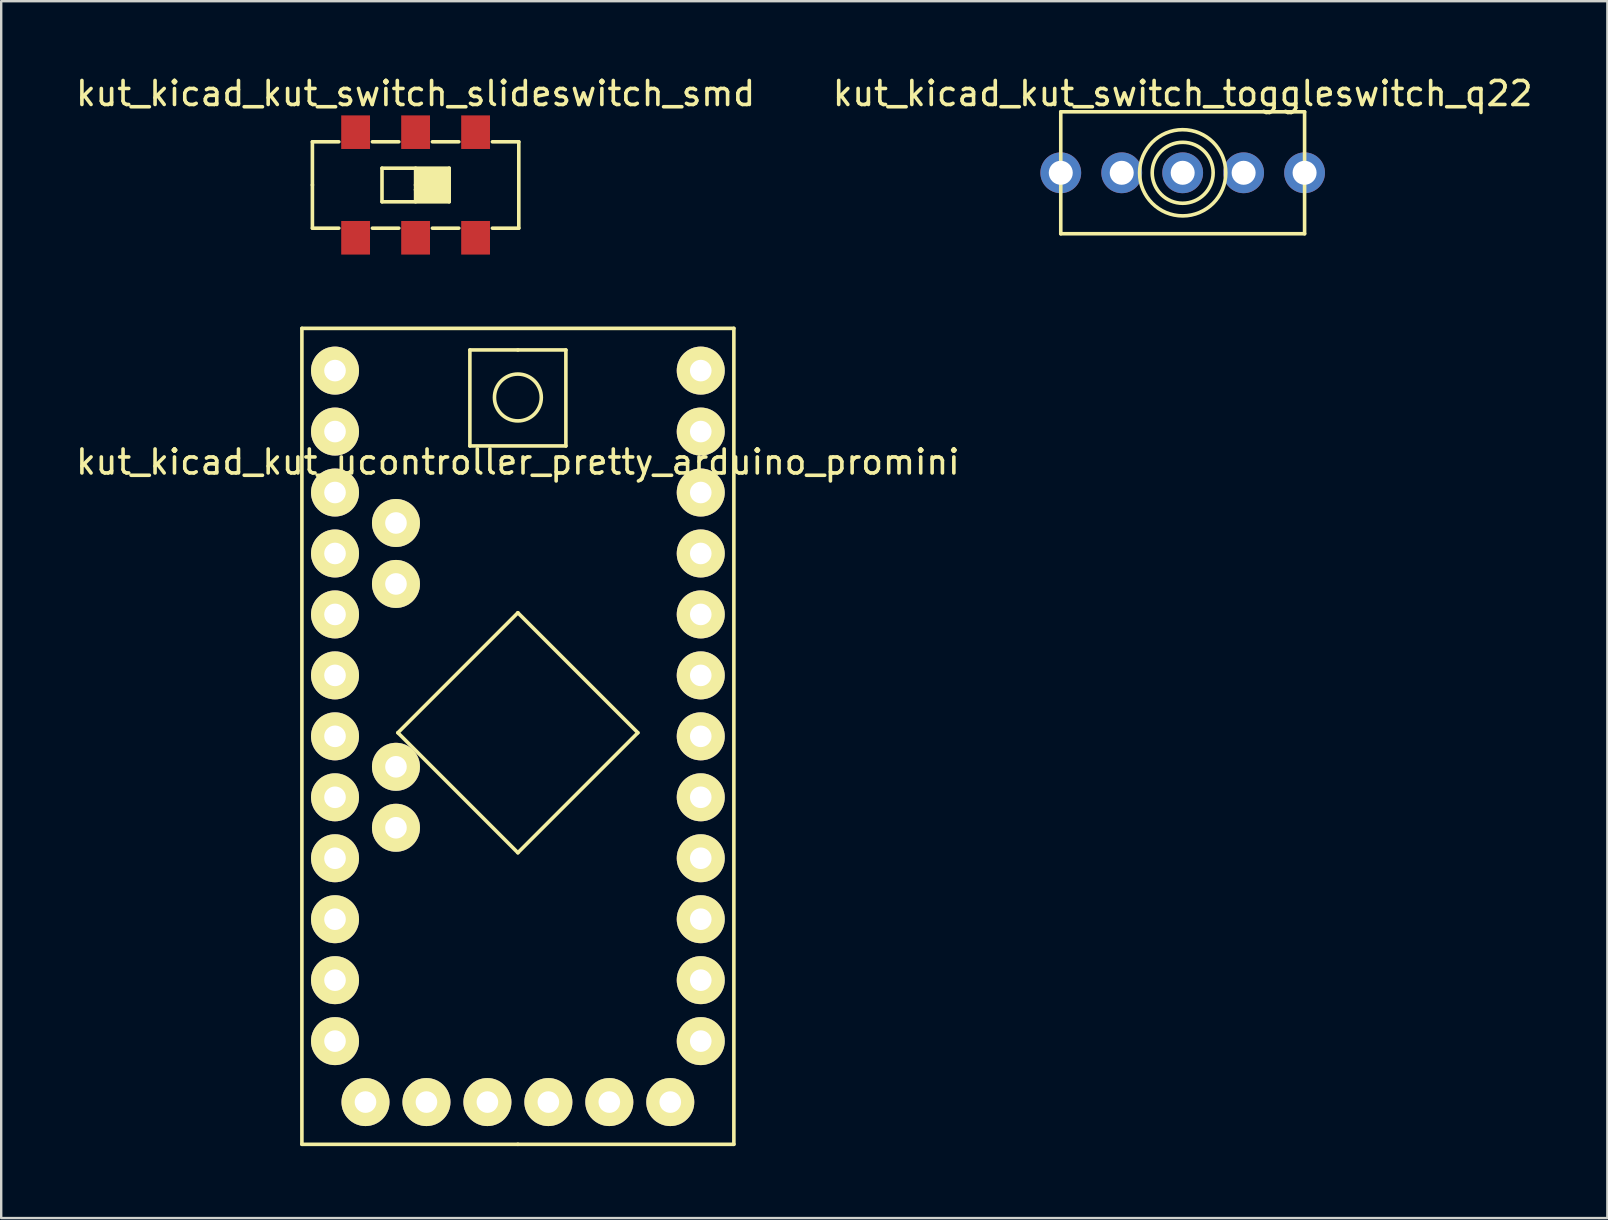
<source format=kicad_pcb>
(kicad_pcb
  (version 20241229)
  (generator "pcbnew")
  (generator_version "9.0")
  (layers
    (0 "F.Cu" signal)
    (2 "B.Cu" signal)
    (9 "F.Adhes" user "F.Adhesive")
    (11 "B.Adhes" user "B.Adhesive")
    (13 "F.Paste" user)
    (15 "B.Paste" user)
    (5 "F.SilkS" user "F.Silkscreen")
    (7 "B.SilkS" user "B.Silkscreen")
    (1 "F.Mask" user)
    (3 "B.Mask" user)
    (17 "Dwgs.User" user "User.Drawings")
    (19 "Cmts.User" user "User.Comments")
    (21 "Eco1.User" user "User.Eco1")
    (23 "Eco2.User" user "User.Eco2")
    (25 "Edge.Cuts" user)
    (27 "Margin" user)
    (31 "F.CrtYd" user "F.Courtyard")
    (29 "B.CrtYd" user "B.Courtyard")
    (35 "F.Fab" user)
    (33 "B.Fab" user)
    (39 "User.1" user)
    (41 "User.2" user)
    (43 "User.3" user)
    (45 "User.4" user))
  (footprint "kut_kicad_kut_switch_toggleswitch_q22"
    (layer "F.Cu")
    (at 46.232 4.15)
    (property "Reference" "kut_kicad_kut_switch_toggleswitch_q22" (at 0 -3.302 0) (layer "F.SilkS") (effects (font (size 1 1) (thickness 0.15))))
    (attr through_hole)
    (fp_line (start -5.08 -2.54) (end 5.08 -2.54) (stroke (width 0.15) (type solid)) (layer "F.SilkS"))
    (fp_line (start -5.08 0) (end -5.08 -2.54) (stroke (width 0.15) (type solid)) (layer "F.SilkS"))
    (fp_line (start -5.08 2.54) (end -5.08 0) (stroke (width 0.15) (type solid)) (layer "F.SilkS"))
    (fp_line (start 5.08 -2.54) (end 5.08 2.54) (stroke (width 0.15) (type solid)) (layer "F.SilkS"))
    (fp_line (start 5.08 2.54) (end -5.08 2.54) (stroke (width 0.15) (type solid)) (layer "F.SilkS"))
    (fp_circle (center 0 0) (end 1.016 0.762) (stroke (width 0.15) (type solid)) (fill no) (layer "F.SilkS"))
    (fp_circle (center 0 0) (end 1.778 -0.254) (stroke (width 0.15) (type solid)) (fill no) (layer "F.SilkS"))
    (pad "" thru_hole circle (at -5.08 0) (size 1.7 1.7) (drill 1) (layers "*.Cu" "*.Mask"))
    (pad "" thru_hole circle (at 5.08 0) (size 1.7 1.7) (drill 1) (layers "*.Cu" "*.Mask"))
    (pad "1" thru_hole circle (at -2.54 0) (size 1.7 1.7) (drill 1) (layers "*.Cu" "*.Mask"))
    (pad "2" thru_hole circle (at 0 0) (size 1.7 1.7) (drill 1) (layers "*.Cu" "*.Mask"))
    (pad "3" thru_hole circle (at 2.54 0) (size 1.7 1.7) (drill 1) (layers "*.Cu" "*.Mask")))
  (footprint "kut_kicad_kut_ucontroller_pretty_arduino_promini"
    (layer "F.Cu")
    (at 10.91 12.393)
    (property "Reference" "kut_kicad_kut_ucontroller_pretty_arduino_promini" (at 7.62 3.81 0) (layer "F.SilkS") (effects (font (size 1 1) (thickness 0.15))))
    (attr through_hole)
    (fp_line (start -1.38 32.24) (end -1.38 -1.76) (stroke (width 0.15) (type solid)) (layer "F.SilkS"))
    (fp_line (start 2.62 15.09) (end 7.62 10.09) (stroke (width 0.15) (type solid)) (layer "F.SilkS"))
    (fp_line (start 5.62 -0.86) (end 5.62 3.14) (stroke (width 0.15) (type solid)) (layer "F.SilkS"))
    (fp_line (start 5.62 3.14) (end 9.62 3.14) (stroke (width 0.15) (type solid)) (layer "F.SilkS"))
    (fp_line (start 7.62 -0.86) (end 5.62 -0.86) (stroke (width 0.15) (type solid)) (layer "F.SilkS"))
    (fp_line (start 7.62 10.09) (end 12.62 15.09) (stroke (width 0.15) (type solid)) (layer "F.SilkS"))
    (fp_line (start 7.62 20.09) (end 2.62 15.09) (stroke (width 0.15) (type solid)) (layer "F.SilkS"))
    (fp_line (start 7.62 32.24) (end -1.38 32.24) (stroke (width 0.15) (type solid)) (layer "F.SilkS"))
    (fp_line (start 7.62 32.24) (end 16.62 32.24) (stroke (width 0.15) (type solid)) (layer "F.SilkS"))
    (fp_line (start 9.62 -0.86) (end 7.62 -0.86) (stroke (width 0.15) (type solid)) (layer "F.SilkS"))
    (fp_line (start 9.62 3.14) (end 9.62 -0.86) (stroke (width 0.15) (type solid)) (layer "F.SilkS"))
    (fp_line (start 12.62 15.09) (end 7.62 20.09) (stroke (width 0.15) (type solid)) (layer "F.SilkS"))
    (fp_line (start 16.62 -1.76) (end -1.38 -1.76) (stroke (width 0.15) (type solid)) (layer "F.SilkS"))
    (fp_line (start 16.62 32.24) (end 16.62 -1.76) (stroke (width 0.15) (type solid)) (layer "F.SilkS"))
    (fp_circle (center 7.62 1.12) (end 8.51 1.52) (stroke (width 0.15) (type solid)) (fill no) (layer "F.SilkS"))
    (pad "1" thru_hole circle (at 0 0) (size 2 2) (drill 0.9) (layers "*.Cu" "*.Mask" "F.SilkS"))
    (pad "2" thru_hole circle (at 0 2.54) (size 2 2) (drill 0.9) (layers "*.Cu" "*.Mask" "F.SilkS"))
    (pad "3" thru_hole circle (at 0 5.08) (size 2 2) (drill 0.9) (layers "*.Cu" "*.Mask" "F.SilkS"))
    (pad "4" thru_hole circle (at 0 7.62) (size 2 2) (drill 0.9) (layers "*.Cu" "*.Mask" "F.SilkS"))
    (pad "5" thru_hole circle (at 0 10.16) (size 2 2) (drill 0.9) (layers "*.Cu" "*.Mask" "F.SilkS"))
    (pad "6" thru_hole circle (at 0 12.7) (size 2 2) (drill 0.9) (layers "*.Cu" "*.Mask" "F.SilkS"))
    (pad "7" thru_hole circle (at 0 15.24) (size 2 2) (drill 0.9) (layers "*.Cu" "*.Mask" "F.SilkS"))
    (pad "8" thru_hole circle (at 0 17.78) (size 2 2) (drill 0.9) (layers "*.Cu" "*.Mask" "F.SilkS"))
    (pad "9" thru_hole circle (at 0 20.32) (size 2 2) (drill 0.9) (layers "*.Cu" "*.Mask" "F.SilkS"))
    (pad "10" thru_hole circle (at 0 22.86) (size 2 2) (drill 0.9) (layers "*.Cu" "*.Mask" "F.SilkS"))
    (pad "11" thru_hole circle (at 0 25.4) (size 2 2) (drill 0.9) (layers "*.Cu" "*.Mask" "F.SilkS"))
    (pad "12" thru_hole circle (at 0 27.94) (size 2 2) (drill 0.9) (layers "*.Cu" "*.Mask" "F.SilkS"))
    (pad "13" thru_hole circle (at 15.24 27.94) (size 2 2) (drill 0.9) (layers "*.Cu" "*.Mask" "F.SilkS"))
    (pad "14" thru_hole circle (at 15.24 25.4) (size 2 2) (drill 0.9) (layers "*.Cu" "*.Mask" "F.SilkS"))
    (pad "15" thru_hole circle (at 15.24 22.86) (size 2 2) (drill 0.9) (layers "*.Cu" "*.Mask" "F.SilkS"))
    (pad "16" thru_hole circle (at 15.24 20.32) (size 2 2) (drill 0.9) (layers "*.Cu" "*.Mask" "F.SilkS"))
    (pad "17" thru_hole circle (at 15.24 17.78) (size 2 2) (drill 0.9) (layers "*.Cu" "*.Mask" "F.SilkS"))
    (pad "18" thru_hole circle (at 15.24 15.24) (size 2 2) (drill 0.9) (layers "*.Cu" "*.Mask" "F.SilkS"))
    (pad "19" thru_hole circle (at 15.24 12.7) (size 2 2) (drill 0.9) (layers "*.Cu" "*.Mask" "F.SilkS"))
    (pad "20" thru_hole circle (at 15.24 10.16) (size 2 2) (drill 0.9) (layers "*.Cu" "*.Mask" "F.SilkS"))
    (pad "21" thru_hole circle (at 15.24 7.62) (size 2 2) (drill 0.9) (layers "*.Cu" "*.Mask" "F.SilkS"))
    (pad "22" thru_hole circle (at 15.24 5.08) (size 2 2) (drill 0.9) (layers "*.Cu" "*.Mask" "F.SilkS"))
    (pad "23" thru_hole circle (at 15.24 2.54) (size 2 2) (drill 0.9) (layers "*.Cu" "*.Mask" "F.SilkS"))
    (pad "24" thru_hole circle (at 15.24 0) (size 2 2) (drill 0.9) (layers "*.Cu" "*.Mask" "F.SilkS"))
    (pad "25" thru_hole circle (at 2.54 16.51) (size 2 2) (drill 0.9) (layers "*.Cu" "*.Mask" "F.SilkS"))
    (pad "26" thru_hole circle (at 2.54 19.05) (size 2 2) (drill 0.9) (layers "*.Cu" "*.Mask" "F.SilkS"))
    (pad "27" thru_hole circle (at 2.54 6.35) (size 2 2) (drill 0.9) (layers "*.Cu" "*.Mask" "F.SilkS"))
    (pad "28" thru_hole circle (at 2.54 8.89) (size 2 2) (drill 0.9) (layers "*.Cu" "*.Mask" "F.SilkS"))
    (pad "29" thru_hole circle (at 1.27 30.48) (size 2 2) (drill 0.9) (layers "*.Cu" "*.Mask" "F.SilkS"))
    (pad "30" thru_hole circle (at 3.81 30.48) (size 2 2) (drill 0.9) (layers "*.Cu" "*.Mask" "F.SilkS"))
    (pad "31" thru_hole circle (at 6.35 30.48) (size 2 2) (drill 0.9) (layers "*.Cu" "*.Mask" "F.SilkS"))
    (pad "32" thru_hole circle (at 8.89 30.48) (size 2 2) (drill 0.9) (layers "*.Cu" "*.Mask" "F.SilkS"))
    (pad "33" thru_hole circle (at 11.43 30.48) (size 2 2) (drill 0.9) (layers "*.Cu" "*.Mask" "F.SilkS"))
    (pad "34" thru_hole circle (at 13.97 30.48) (size 2 2) (drill 0.9) (layers "*.Cu" "*.Mask" "F.SilkS")))
  (footprint "kut_kicad_kut_switch_slideswitch_smd"
    (layer "F.Cu")
    (at 14.268 4.658)
    (property "Reference" "kut_kicad_kut_switch_slideswitch_smd" (at 0 -3.81 0) (layer "F.SilkS") (effects (font (size 1 1) (thickness 0.15))))
    (attr through_hole)
    (fp_line (start -4.3 -1.8) (end -3.2 -1.8) (stroke (width 0.15) (type solid)) (layer "F.SilkS"))
    (fp_line (start -4.3 0) (end -4.3 -1.8) (stroke (width 0.15) (type solid)) (layer "F.SilkS"))
    (fp_line (start -4.3 0) (end -4.3 1.8) (stroke (width 0.15) (type solid)) (layer "F.SilkS"))
    (fp_line (start -4.3 1.8) (end -3.2 1.8) (stroke (width 0.15) (type solid)) (layer "F.SilkS"))
    (fp_line (start -1.8 1.8) (end -0.7 1.8) (stroke (width 0.15) (type solid)) (layer "F.SilkS"))
    (fp_line (start -1.4 -0.7) (end 1.4 -0.7) (stroke (width 0.15) (type solid)) (layer "F.SilkS"))
    (fp_line (start -1.4 0.7) (end -1.4 -0.7) (stroke (width 0.15) (type solid)) (layer "F.SilkS"))
    (fp_line (start -0.7 -1.8) (end -1.8 -1.8) (stroke (width 0.15) (type solid)) (layer "F.SilkS"))
    (fp_line (start 0 -0.7) (end 0 0.7) (stroke (width 0.15) (type solid)) (layer "F.SilkS"))
    (fp_line (start 0 0) (end 0.1 -0.1) (stroke (width 0.15) (type solid)) (layer "F.SilkS"))
    (fp_line (start 0 0.2) (end 0.1 0.1) (stroke (width 0.15) (type solid)) (layer "F.SilkS"))
    (fp_line (start 0.1 -0.6) (end 1.3 -0.6) (stroke (width 0.15) (type solid)) (layer "F.SilkS"))
    (fp_line (start 0.1 -0.5) (end 1.3 -0.5) (stroke (width 0.15) (type solid)) (layer "F.SilkS"))
    (fp_line (start 0.1 -0.4) (end 0.1 -0.5) (stroke (width 0.15) (type solid)) (layer "F.SilkS"))
    (fp_line (start 0.1 -0.3) (end 1.3 -0.3) (stroke (width 0.15) (type solid)) (layer "F.SilkS"))
    (fp_line (start 0.1 -0.2) (end 0.1 -0.3) (stroke (width 0.15) (type solid)) (layer "F.SilkS"))
    (fp_line (start 0.1 -0.1) (end 1.3 -0.1) (stroke (width 0.15) (type solid)) (layer "F.SilkS"))
    (fp_line (start 0.1 0.1) (end 1.3 0.1) (stroke (width 0.15) (type solid)) (layer "F.SilkS"))
    (fp_line (start 0.1 0.3) (end 1.3 0.3) (stroke (width 0.15) (type solid)) (layer "F.SilkS"))
    (fp_line (start 0.1 0.4) (end 0.1 0.3) (stroke (width 0.15) (type solid)) (layer "F.SilkS"))
    (fp_line (start 0.1 0.5) (end 1.3 0.5) (stroke (width 0.15) (type solid)) (layer "F.SilkS"))
    (fp_line (start 0.1 0.6) (end 0.1 0.5) (stroke (width 0.15) (type solid)) (layer "F.SilkS"))
    (fp_line (start 0.7 -1.8) (end 1.8 -1.8) (stroke (width 0.15) (type solid)) (layer "F.SilkS"))
    (fp_line (start 0.7 1.8) (end 1.8 1.8) (stroke (width 0.15) (type solid)) (layer "F.SilkS"))
    (fp_line (start 1.3 -0.4) (end 0.1 -0.4) (stroke (width 0.15) (type solid)) (layer "F.SilkS"))
    (fp_line (start 1.3 -0.3) (end 1.3 -0.4) (stroke (width 0.15) (type solid)) (layer "F.SilkS"))
    (fp_line (start 1.3 -0.2) (end 0.1 -0.2) (stroke (width 0.15) (type solid)) (layer "F.SilkS"))
    (fp_line (start 1.3 -0.1) (end 1.3 -0.2) (stroke (width 0.15) (type solid)) (layer "F.SilkS"))
    (fp_line (start 1.3 0) (end 0 0) (stroke (width 0.15) (type solid)) (layer "F.SilkS"))
    (fp_line (start 1.3 0.1) (end 1.3 0) (stroke (width 0.15) (type solid)) (layer "F.SilkS"))
    (fp_line (start 1.3 0.2) (end 0 0.2) (stroke (width 0.15) (type solid)) (layer "F.SilkS"))
    (fp_line (start 1.3 0.3) (end 1.3 0.2) (stroke (width 0.15) (type solid)) (layer "F.SilkS"))
    (fp_line (start 1.3 0.4) (end 0.1 0.4) (stroke (width 0.15) (type solid)) (layer "F.SilkS"))
    (fp_line (start 1.3 0.5) (end 1.3 0.4) (stroke (width 0.15) (type solid)) (layer "F.SilkS"))
    (fp_line (start 1.3 0.6) (end 0.1 0.6) (stroke (width 0.15) (type solid)) (layer "F.SilkS"))
    (fp_line (start 1.4 -0.7) (end 1.4 0.7) (stroke (width 0.15) (type solid)) (layer "F.SilkS"))
    (fp_line (start 1.4 0.7) (end -1.4 0.7) (stroke (width 0.15) (type solid)) (layer "F.SilkS"))
    (fp_line (start 3.2 1.8) (end 4.3 1.8) (stroke (width 0.15) (type solid)) (layer "F.SilkS"))
    (fp_line (start 4.3 -1.8) (end 3.2 -1.8) (stroke (width 0.15) (type solid)) (layer "F.SilkS"))
    (fp_line (start 4.3 1.8) (end 4.3 -1.8) (stroke (width 0.15) (type solid)) (layer "F.SilkS"))
    (pad "1" smd rect (at -2.5 2.2) (size 1.2 1.4) (layers "F.Cu" "F.Mask" "F.Paste"))
    (pad "2" smd rect (at 0 2.2) (size 1.2 1.4) (layers "F.Cu" "F.Mask" "F.Paste"))
    (pad "3" smd rect (at 2.5 2.2) (size 1.2 1.4) (layers "F.Cu" "F.Mask" "F.Paste"))
    (pad "4" smd rect (at 2.5 -2.2) (size 1.2 1.4) (layers "F.Cu" "F.Mask" "F.Paste"))
    (pad "5" smd rect (at 0 -2.2) (size 1.2 1.4) (layers "F.Cu" "F.Mask" "F.Paste"))
    (pad "6" smd rect (at -2.5 -2.2) (size 1.2 1.4) (layers "F.Cu" "F.Mask" "F.Paste")))
  (gr_rect
    (start -3 -3)
    (end 63.929 47.708)
    (stroke (width 0.1) (type default))
    (fill no)
    (layer "Edge.Cuts")))
</source>
